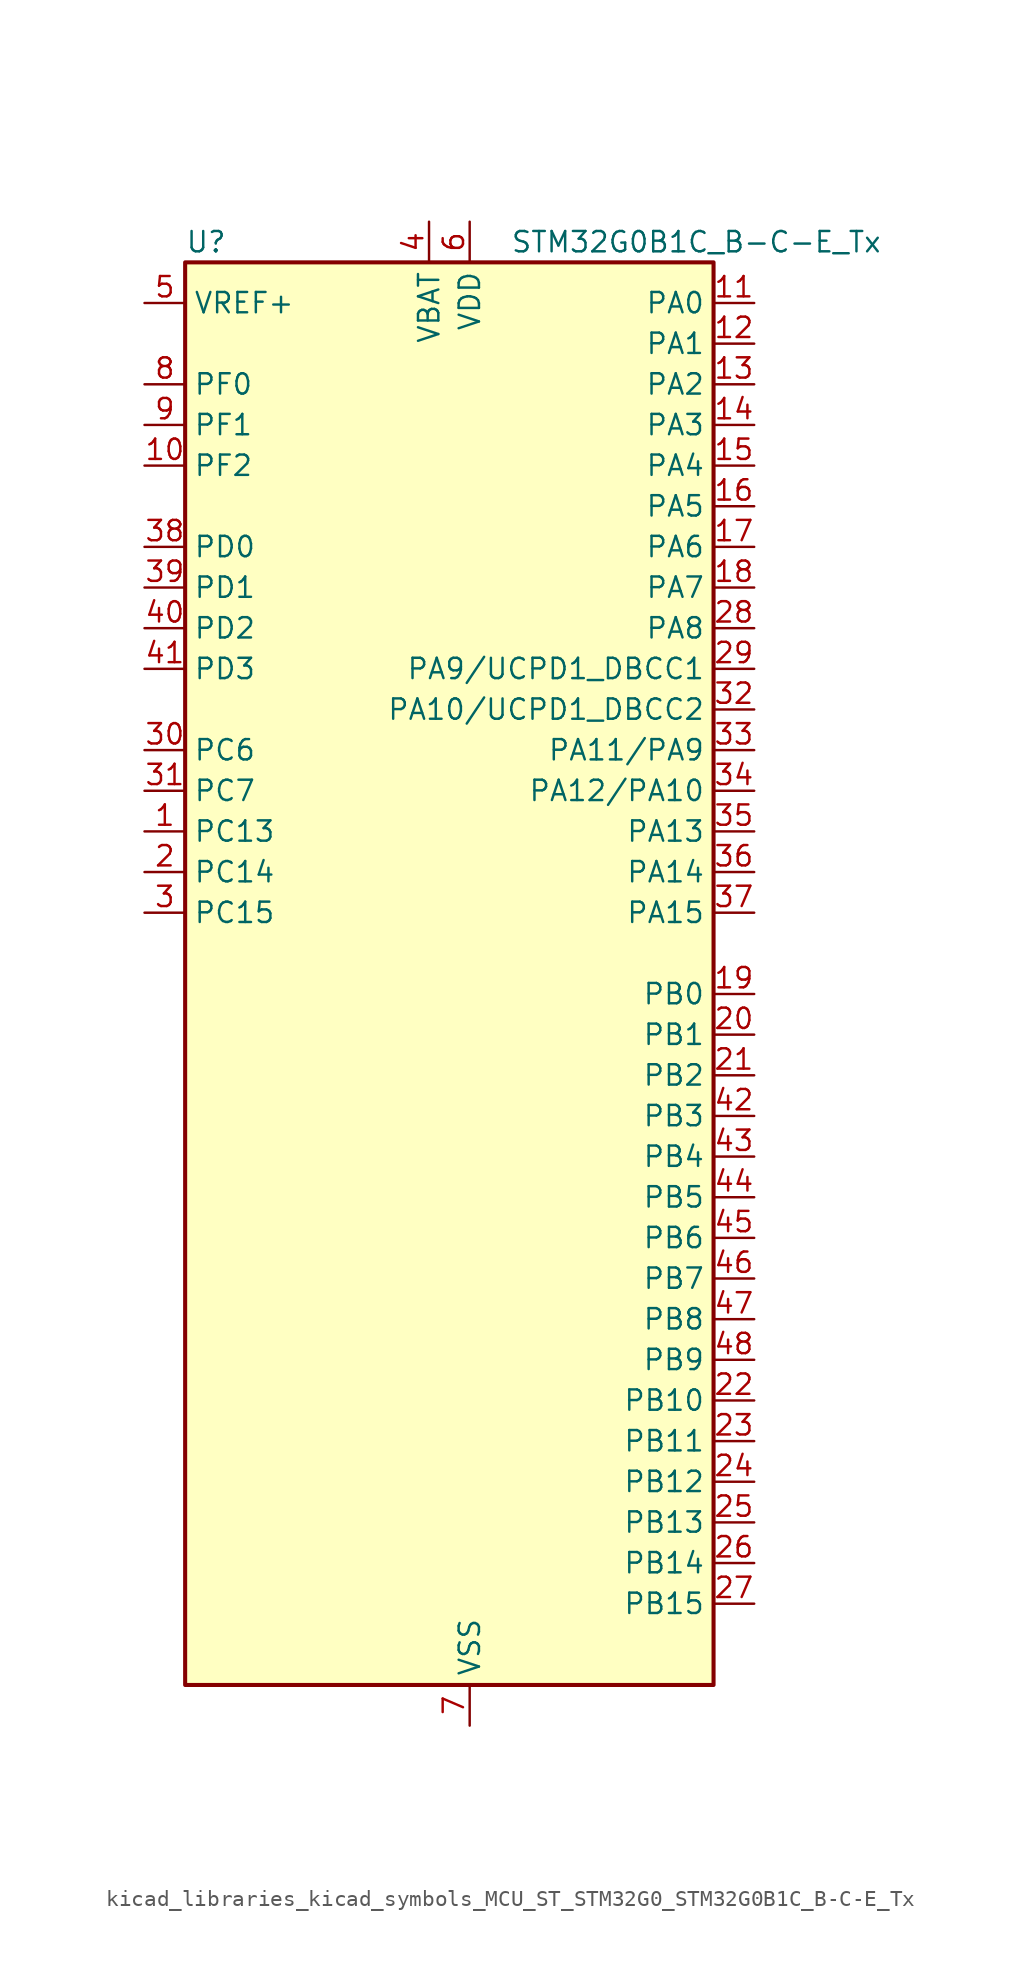
<source format=kicad_sym>
(kicad_symbol_lib
  (version 20220914)
  (generator kicad_symbol_editor)
  (symbol "kicad_libraries_kicad_symbols_MCU_ST_STM32G0_STM32G0B1C_B-C-E_Tx"
    (property "Reference" "U"
      (at -15.24 46.99 0)
      (effects (font (size 1.27 1.27)) (justify left)))
    (property "Value" "STM32G0B1C_B-C-E_Tx"
      (at 5.08 46.99 0)
      (effects (font (size 1.27 1.27)) (justify left)))
    (property "ki_locked" ""
      (at 0 0 0)
      (effects (font (size 1.27 1.27))))
    (symbol "kicad_libraries_kicad_symbols_MCU_ST_STM32G0_STM32G0B1C_B-C-E_Tx_0_1"
      (rectangle (start -15.24 -43.18) (end 17.78 45.72) (stroke (width 0.254) (type default)) (fill (type background))))
    (symbol "kicad_libraries_kicad_symbols_MCU_ST_STM32G0_STM32G0B1C_B-C-E_Tx_1_1"
      (pin bidirectional line (at -17.78 10.16 0) (length 2.54) (name "PC13" (effects (font (size 1.27 1.27)))) (number "1" (effects (font (size 1.27 1.27)))) (alternate "RTC_OUT1" bidirectional line) (alternate "RTC_TAMP_IN1" bidirectional line) (alternate "RTC_TS" bidirectional line) (alternate "SYS_WKUP2" bidirectional line) (alternate "TIM1_BK" bidirectional line))
      (pin bidirectional line (at -17.78 33.02 0) (length 2.54) (name "PF2" (effects (font (size 1.27 1.27)))) (number "10" (effects (font (size 1.27 1.27)))) (alternate "LPUART2_DE" bidirectional line) (alternate "LPUART2_RTS" bidirectional line) (alternate "LPUART2_TX" bidirectional line) (alternate "RCC_MCO" bidirectional line))
      (pin bidirectional line (at 20.32 43.18 180) (length 2.54) (name "PA0" (effects (font (size 1.27 1.27)))) (number "11" (effects (font (size 1.27 1.27)))) (alternate "ADC1_IN0" bidirectional line) (alternate "COMP1_INM" bidirectional line) (alternate "COMP1_OUT" bidirectional line) (alternate "I2S2_CK" bidirectional line) (alternate "LPTIM1_OUT" bidirectional line) (alternate "RTC_TAMP_IN2" bidirectional line) (alternate "SPI2_SCK" bidirectional line) (alternate "SYS_WKUP1" bidirectional line) (alternate "TIM2_CH1" bidirectional line) (alternate "TIM2_ETR" bidirectional line) (alternate "UCPD2_FRSTX1" bidirectional line) (alternate "UCPD2_FRSTX2" bidirectional line) (alternate "USART2_CTS" bidirectional line) (alternate "USART2_NSS" bidirectional line) (alternate "USART4_TX" bidirectional line))
      (pin bidirectional line (at 20.32 40.64 180) (length 2.54) (name "PA1" (effects (font (size 1.27 1.27)))) (number "12" (effects (font (size 1.27 1.27)))) (alternate "ADC1_IN1" bidirectional line) (alternate "COMP1_INP" bidirectional line) (alternate "I2C1_SMBA" bidirectional line) (alternate "I2S1_CK" bidirectional line) (alternate "SPI1_SCK" bidirectional line) (alternate "TIM15_CH1N" bidirectional line) (alternate "TIM2_CH2" bidirectional line) (alternate "USART2_CK" bidirectional line) (alternate "USART2_DE" bidirectional line) (alternate "USART2_RTS" bidirectional line) (alternate "USART4_RX" bidirectional line))
      (pin bidirectional line (at 20.32 38.1 180) (length 2.54) (name "PA2" (effects (font (size 1.27 1.27)))) (number "13" (effects (font (size 1.27 1.27)))) (alternate "ADC1_IN2" bidirectional line) (alternate "COMP2_INM" bidirectional line) (alternate "COMP2_OUT" bidirectional line) (alternate "I2S1_SD" bidirectional line) (alternate "LPUART1_TX" bidirectional line) (alternate "RCC_LSCO" bidirectional line) (alternate "SPI1_MOSI" bidirectional line) (alternate "SYS_WKUP4" bidirectional line) (alternate "TIM15_CH1" bidirectional line) (alternate "TIM2_CH3" bidirectional line) (alternate "UCPD1_FRSTX1" bidirectional line) (alternate "UCPD1_FRSTX2" bidirectional line) (alternate "USART2_TX" bidirectional line))
      (pin bidirectional line (at 20.32 35.56 180) (length 2.54) (name "PA3" (effects (font (size 1.27 1.27)))) (number "14" (effects (font (size 1.27 1.27)))) (alternate "ADC1_IN3" bidirectional line) (alternate "COMP2_INP" bidirectional line) (alternate "I2S2_MCK" bidirectional line) (alternate "LPUART1_RX" bidirectional line) (alternate "SPI2_MISO" bidirectional line) (alternate "TIM15_CH2" bidirectional line) (alternate "TIM2_CH4" bidirectional line) (alternate "UCPD2_FRSTX1" bidirectional line) (alternate "UCPD2_FRSTX2" bidirectional line) (alternate "USART2_RX" bidirectional line))
      (pin bidirectional line (at 20.32 33.02 180) (length 2.54) (name "PA4" (effects (font (size 1.27 1.27)))) (number "15" (effects (font (size 1.27 1.27)))) (alternate "ADC1_IN4" bidirectional line) (alternate "DAC1_OUT1" bidirectional line) (alternate "I2S1_WS" bidirectional line) (alternate "I2S2_SD" bidirectional line) (alternate "LPTIM2_OUT" bidirectional line) (alternate "RTC_OUT2" bidirectional line) (alternate "SPI1_NSS" bidirectional line) (alternate "SPI2_MOSI" bidirectional line) (alternate "SPI3_NSS" bidirectional line) (alternate "TIM14_CH1" bidirectional line) (alternate "UCPD2_FRSTX1" bidirectional line) (alternate "UCPD2_FRSTX2" bidirectional line) (alternate "USART6_TX" bidirectional line) (alternate "USB_NOE" bidirectional line))
      (pin bidirectional line (at 20.32 30.48 180) (length 2.54) (name "PA5" (effects (font (size 1.27 1.27)))) (number "16" (effects (font (size 1.27 1.27)))) (alternate "ADC1_IN5" bidirectional line) (alternate "CEC" bidirectional line) (alternate "DAC1_OUT2" bidirectional line) (alternate "I2S1_CK" bidirectional line) (alternate "LPTIM2_ETR" bidirectional line) (alternate "SPI1_SCK" bidirectional line) (alternate "TIM2_CH1" bidirectional line) (alternate "TIM2_ETR" bidirectional line) (alternate "UCPD1_FRSTX1" bidirectional line) (alternate "UCPD1_FRSTX2" bidirectional line) (alternate "USART3_TX" bidirectional line) (alternate "USART6_RX" bidirectional line))
      (pin bidirectional line (at 20.32 27.94 180) (length 2.54) (name "PA6" (effects (font (size 1.27 1.27)))) (number "17" (effects (font (size 1.27 1.27)))) (alternate "ADC1_IN6" bidirectional line) (alternate "COMP1_OUT" bidirectional line) (alternate "I2C2_SDA" bidirectional line) (alternate "I2C3_SDA" bidirectional line) (alternate "I2S1_MCK" bidirectional line) (alternate "LPUART1_CTS" bidirectional line) (alternate "SPI1_MISO" bidirectional line) (alternate "TIM16_CH1" bidirectional line) (alternate "TIM1_BK" bidirectional line) (alternate "TIM3_CH1" bidirectional line) (alternate "USART3_CTS" bidirectional line) (alternate "USART3_NSS" bidirectional line) (alternate "USART6_CTS" bidirectional line) (alternate "USART6_NSS" bidirectional line))
      (pin bidirectional line (at 20.32 25.4 180) (length 2.54) (name "PA7" (effects (font (size 1.27 1.27)))) (number "18" (effects (font (size 1.27 1.27)))) (alternate "ADC1_IN7" bidirectional line) (alternate "COMP2_OUT" bidirectional line) (alternate "I2C2_SCL" bidirectional line) (alternate "I2C3_SCL" bidirectional line) (alternate "I2S1_SD" bidirectional line) (alternate "SPI1_MOSI" bidirectional line) (alternate "TIM14_CH1" bidirectional line) (alternate "TIM17_CH1" bidirectional line) (alternate "TIM1_CH1N" bidirectional line) (alternate "TIM3_CH2" bidirectional line) (alternate "UCPD1_FRSTX1" bidirectional line) (alternate "UCPD1_FRSTX2" bidirectional line) (alternate "USART6_CK" bidirectional line) (alternate "USART6_DE" bidirectional line) (alternate "USART6_RTS" bidirectional line))
      (pin bidirectional line (at 20.32 0 180) (length 2.54) (name "PB0" (effects (font (size 1.27 1.27)))) (number "19" (effects (font (size 1.27 1.27)))) (alternate "ADC1_IN8" bidirectional line) (alternate "COMP1_OUT" bidirectional line) (alternate "COMP3_INP" bidirectional line) (alternate "FDCAN2_RX" bidirectional line) (alternate "I2S1_WS" bidirectional line) (alternate "LPTIM1_OUT" bidirectional line) (alternate "LPUART2_CTS" bidirectional line) (alternate "SPI1_NSS" bidirectional line) (alternate "TIM1_CH2N" bidirectional line) (alternate "TIM3_CH3" bidirectional line) (alternate "UCPD1_FRSTX1" bidirectional line) (alternate "UCPD1_FRSTX2" bidirectional line) (alternate "USART3_RX" bidirectional line) (alternate "USART5_TX" bidirectional line))
      (pin bidirectional line (at -17.78 7.62 0) (length 2.54) (name "PC14" (effects (font (size 1.27 1.27)))) (number "2" (effects (font (size 1.27 1.27)))) (alternate "RCC_OSC32_IN" bidirectional line) (alternate "TIM1_BK2" bidirectional line))
      (pin bidirectional line (at 20.32 -2.54 180) (length 2.54) (name "PB1" (effects (font (size 1.27 1.27)))) (number "20" (effects (font (size 1.27 1.27)))) (alternate "ADC1_IN9" bidirectional line) (alternate "COMP1_INM" bidirectional line) (alternate "COMP3_OUT" bidirectional line) (alternate "FDCAN2_TX" bidirectional line) (alternate "LPTIM2_IN1" bidirectional line) (alternate "LPUART1_DE" bidirectional line) (alternate "LPUART1_RTS" bidirectional line) (alternate "LPUART2_DE" bidirectional line) (alternate "LPUART2_RTS" bidirectional line) (alternate "TIM14_CH1" bidirectional line) (alternate "TIM1_CH3N" bidirectional line) (alternate "TIM3_CH4" bidirectional line) (alternate "USART3_CK" bidirectional line) (alternate "USART3_DE" bidirectional line) (alternate "USART3_RTS" bidirectional line) (alternate "USART5_RX" bidirectional line))
      (pin bidirectional line (at 20.32 -5.08 180) (length 2.54) (name "PB2" (effects (font (size 1.27 1.27)))) (number "21" (effects (font (size 1.27 1.27)))) (alternate "ADC1_IN10" bidirectional line) (alternate "COMP1_INP" bidirectional line) (alternate "COMP3_INM" bidirectional line) (alternate "I2S2_MCK" bidirectional line) (alternate "LPTIM1_OUT" bidirectional line) (alternate "RCC_MCO_2" bidirectional line) (alternate "SPI2_MISO" bidirectional line) (alternate "USART3_TX" bidirectional line))
      (pin bidirectional line (at 20.32 -25.4 180) (length 2.54) (name "PB10" (effects (font (size 1.27 1.27)))) (number "22" (effects (font (size 1.27 1.27)))) (alternate "ADC1_IN11" bidirectional line) (alternate "CEC" bidirectional line) (alternate "COMP1_OUT" bidirectional line) (alternate "I2C2_SCL" bidirectional line) (alternate "I2S2_CK" bidirectional line) (alternate "LPUART1_RX" bidirectional line) (alternate "SPI2_SCK" bidirectional line) (alternate "TIM2_CH3" bidirectional line) (alternate "USART3_TX" bidirectional line))
      (pin bidirectional line (at 20.32 -27.94 180) (length 2.54) (name "PB11" (effects (font (size 1.27 1.27)))) (number "23" (effects (font (size 1.27 1.27)))) (alternate "ADC1_EXTI11" bidirectional line) (alternate "ADC1_IN15" bidirectional line) (alternate "COMP2_OUT" bidirectional line) (alternate "I2C2_SDA" bidirectional line) (alternate "I2S2_SD" bidirectional line) (alternate "LPUART1_TX" bidirectional line) (alternate "SPI2_MOSI" bidirectional line) (alternate "TIM2_CH4" bidirectional line) (alternate "USART3_RX" bidirectional line))
      (pin bidirectional line (at 20.32 -30.48 180) (length 2.54) (name "PB12" (effects (font (size 1.27 1.27)))) (number "24" (effects (font (size 1.27 1.27)))) (alternate "ADC1_IN16" bidirectional line) (alternate "FDCAN2_RX" bidirectional line) (alternate "I2C2_SMBA" bidirectional line) (alternate "I2S2_WS" bidirectional line) (alternate "LPUART1_DE" bidirectional line) (alternate "LPUART1_RTS" bidirectional line) (alternate "SPI2_NSS" bidirectional line) (alternate "TIM15_BK" bidirectional line) (alternate "TIM1_BK" bidirectional line) (alternate "UCPD2_FRSTX1" bidirectional line) (alternate "UCPD2_FRSTX2" bidirectional line))
      (pin bidirectional line (at 20.32 -33.02 180) (length 2.54) (name "PB13" (effects (font (size 1.27 1.27)))) (number "25" (effects (font (size 1.27 1.27)))) (alternate "FDCAN2_TX" bidirectional line) (alternate "I2C2_SCL" bidirectional line) (alternate "I2S2_CK" bidirectional line) (alternate "LPUART1_CTS" bidirectional line) (alternate "SPI2_SCK" bidirectional line) (alternate "TIM15_CH1N" bidirectional line) (alternate "TIM1_CH1N" bidirectional line) (alternate "USART3_CTS" bidirectional line) (alternate "USART3_NSS" bidirectional line))
      (pin bidirectional line (at 20.32 -35.56 180) (length 2.54) (name "PB14" (effects (font (size 1.27 1.27)))) (number "26" (effects (font (size 1.27 1.27)))) (alternate "I2C2_SDA" bidirectional line) (alternate "I2S2_MCK" bidirectional line) (alternate "SPI2_MISO" bidirectional line) (alternate "TIM15_CH1" bidirectional line) (alternate "TIM1_CH2N" bidirectional line) (alternate "UCPD1_FRSTX1" bidirectional line) (alternate "UCPD1_FRSTX2" bidirectional line) (alternate "USART3_CK" bidirectional line) (alternate "USART3_DE" bidirectional line) (alternate "USART3_RTS" bidirectional line) (alternate "USART6_CK" bidirectional line) (alternate "USART6_DE" bidirectional line) (alternate "USART6_RTS" bidirectional line))
      (pin bidirectional line (at 20.32 -38.1 180) (length 2.54) (name "PB15" (effects (font (size 1.27 1.27)))) (number "27" (effects (font (size 1.27 1.27)))) (alternate "I2S2_SD" bidirectional line) (alternate "RTC_REFIN" bidirectional line) (alternate "SPI2_MOSI" bidirectional line) (alternate "TIM15_CH1N" bidirectional line) (alternate "TIM15_CH2" bidirectional line) (alternate "TIM1_CH3N" bidirectional line) (alternate "UCPD1_CC2" bidirectional line) (alternate "USART6_CTS" bidirectional line) (alternate "USART6_NSS" bidirectional line))
      (pin bidirectional line (at 20.32 22.86 180) (length 2.54) (name "PA8" (effects (font (size 1.27 1.27)))) (number "28" (effects (font (size 1.27 1.27)))) (alternate "CRS1_SYNC" bidirectional line) (alternate "I2C2_SMBA" bidirectional line) (alternate "I2S2_WS" bidirectional line) (alternate "LPTIM2_OUT" bidirectional line) (alternate "RCC_MCO" bidirectional line) (alternate "SPI2_NSS" bidirectional line) (alternate "TIM1_CH1" bidirectional line) (alternate "UCPD1_CC1" bidirectional line))
      (pin bidirectional line (at 20.32 20.32 180) (length 2.54) (name "PA9/UCPD1_DBCC1" (effects (font (size 1.27 1.27)))) (number "29" (effects (font (size 1.27 1.27)))) (alternate "DAC1_EXTI9" bidirectional line) (alternate "I2C1_SCL" bidirectional line) (alternate "I2C2_SCL" bidirectional line) (alternate "I2S2_MCK" bidirectional line) (alternate "RCC_MCO" bidirectional line) (alternate "SPI2_MISO" bidirectional line) (alternate "TIM15_BK" bidirectional line) (alternate "TIM1_CH2" bidirectional line) (alternate "UCPD1_DBCC1" bidirectional line) (alternate "USART1_TX" bidirectional line))
      (pin bidirectional line (at -17.78 5.08 0) (length 2.54) (name "PC15" (effects (font (size 1.27 1.27)))) (number "3" (effects (font (size 1.27 1.27)))) (alternate "RCC_OSC32_EN" bidirectional line) (alternate "RCC_OSC32_OUT" bidirectional line) (alternate "RCC_OSC_EN" bidirectional line) (alternate "TIM15_BK" bidirectional line))
      (pin bidirectional line (at -17.78 15.24 0) (length 2.54) (name "PC6" (effects (font (size 1.27 1.27)))) (number "30" (effects (font (size 1.27 1.27)))) (alternate "LPUART2_TX" bidirectional line) (alternate "TIM2_CH3" bidirectional line) (alternate "TIM3_CH1" bidirectional line) (alternate "UCPD1_FRSTX1" bidirectional line) (alternate "UCPD1_FRSTX2" bidirectional line))
      (pin bidirectional line (at -17.78 12.7 0) (length 2.54) (name "PC7" (effects (font (size 1.27 1.27)))) (number "31" (effects (font (size 1.27 1.27)))) (alternate "LPUART2_RX" bidirectional line) (alternate "TIM2_CH4" bidirectional line) (alternate "TIM3_CH2" bidirectional line) (alternate "UCPD2_FRSTX1" bidirectional line) (alternate "UCPD2_FRSTX2" bidirectional line))
      (pin bidirectional line (at 20.32 17.78 180) (length 2.54) (name "PA10/UCPD1_DBCC2" (effects (font (size 1.27 1.27)))) (number "32" (effects (font (size 1.27 1.27)))) (alternate "I2C1_SDA" bidirectional line) (alternate "I2C2_SDA" bidirectional line) (alternate "I2S2_SD" bidirectional line) (alternate "RCC_MCO_2" bidirectional line) (alternate "SPI2_MOSI" bidirectional line) (alternate "TIM17_BK" bidirectional line) (alternate "TIM1_CH3" bidirectional line) (alternate "UCPD1_DBCC2" bidirectional line) (alternate "USART1_RX" bidirectional line))
      (pin bidirectional line (at 20.32 15.24 180) (length 2.54) (name "PA11/PA9" (effects (font (size 1.27 1.27)))) (number "33" (effects (font (size 1.27 1.27)))) (alternate "ADC1_EXTI11" bidirectional line) (alternate "COMP1_OUT" bidirectional line) (alternate "FDCAN1_RX" bidirectional line) (alternate "I2C2_SCL" bidirectional line) (alternate "I2S1_MCK" bidirectional line) (alternate "SPI1_MISO" bidirectional line) (alternate "TIM1_BK2" bidirectional line) (alternate "TIM1_CH4" bidirectional line) (alternate "USART1_CTS" bidirectional line) (alternate "USART1_NSS" bidirectional line) (alternate "USB_DM" bidirectional line))
      (pin bidirectional line (at 20.32 12.7 180) (length 2.54) (name "PA12/PA10" (effects (font (size 1.27 1.27)))) (number "34" (effects (font (size 1.27 1.27)))) (alternate "COMP2_OUT" bidirectional line) (alternate "FDCAN1_TX" bidirectional line) (alternate "I2C2_SDA" bidirectional line) (alternate "I2S1_SD" bidirectional line) (alternate "I2S_CKIN" bidirectional line) (alternate "SPI1_MOSI" bidirectional line) (alternate "TIM1_ETR" bidirectional line) (alternate "USART1_CK" bidirectional line) (alternate "USART1_DE" bidirectional line) (alternate "USART1_RTS" bidirectional line) (alternate "USB_DP" bidirectional line))
      (pin bidirectional line (at 20.32 10.16 180) (length 2.54) (name "PA13" (effects (font (size 1.27 1.27)))) (number "35" (effects (font (size 1.27 1.27)))) (alternate "IR_OUT" bidirectional line) (alternate "LPUART2_RX" bidirectional line) (alternate "SYS_SWDIO" bidirectional line) (alternate "USB_NOE" bidirectional line))
      (pin bidirectional line (at 20.32 7.62 180) (length 2.54) (name "PA14" (effects (font (size 1.27 1.27)))) (number "36" (effects (font (size 1.27 1.27)))) (alternate "LPUART2_TX" bidirectional line) (alternate "SYS_SWCLK" bidirectional line) (alternate "USART2_TX" bidirectional line))
      (pin bidirectional line (at 20.32 5.08 180) (length 2.54) (name "PA15" (effects (font (size 1.27 1.27)))) (number "37" (effects (font (size 1.27 1.27)))) (alternate "I2C2_SMBA" bidirectional line) (alternate "I2S1_WS" bidirectional line) (alternate "RCC_MCO_2" bidirectional line) (alternate "SPI1_NSS" bidirectional line) (alternate "SPI3_NSS" bidirectional line) (alternate "TIM2_CH1" bidirectional line) (alternate "TIM2_ETR" bidirectional line) (alternate "USART2_RX" bidirectional line) (alternate "USART3_CK" bidirectional line) (alternate "USART3_DE" bidirectional line) (alternate "USART3_RTS" bidirectional line) (alternate "USART4_CK" bidirectional line) (alternate "USART4_DE" bidirectional line) (alternate "USART4_RTS" bidirectional line) (alternate "USB_NOE" bidirectional line))
      (pin bidirectional line (at -17.78 27.94 0) (length 2.54) (name "PD0" (effects (font (size 1.27 1.27)))) (number "38" (effects (font (size 1.27 1.27)))) (alternate "FDCAN1_RX" bidirectional line) (alternate "I2S2_WS" bidirectional line) (alternate "SPI2_NSS" bidirectional line) (alternate "TIM16_CH1" bidirectional line) (alternate "UCPD2_CC1" bidirectional line))
      (pin bidirectional line (at -17.78 25.4 0) (length 2.54) (name "PD1" (effects (font (size 1.27 1.27)))) (number "39" (effects (font (size 1.27 1.27)))) (alternate "FDCAN1_TX" bidirectional line) (alternate "I2S2_CK" bidirectional line) (alternate "SPI2_SCK" bidirectional line) (alternate "TIM17_CH1" bidirectional line) (alternate "UCPD2_DBCC1" bidirectional line))
      (pin power_in line (at 0 48.26 270) (length 2.54) (name "VBAT" (effects (font (size 1.27 1.27)))) (number "4" (effects (font (size 1.27 1.27)))))
      (pin bidirectional line (at -17.78 22.86 0) (length 2.54) (name "PD2" (effects (font (size 1.27 1.27)))) (number "40" (effects (font (size 1.27 1.27)))) (alternate "TIM1_CH1N" bidirectional line) (alternate "TIM3_ETR" bidirectional line) (alternate "UCPD2_CC2" bidirectional line) (alternate "USART3_CK" bidirectional line) (alternate "USART3_DE" bidirectional line) (alternate "USART3_RTS" bidirectional line) (alternate "USART5_RX" bidirectional line))
      (pin bidirectional line (at -17.78 20.32 0) (length 2.54) (name "PD3" (effects (font (size 1.27 1.27)))) (number "41" (effects (font (size 1.27 1.27)))) (alternate "I2S2_MCK" bidirectional line) (alternate "SPI2_MISO" bidirectional line) (alternate "TIM1_CH2N" bidirectional line) (alternate "UCPD2_DBCC2" bidirectional line) (alternate "USART2_CTS" bidirectional line) (alternate "USART2_NSS" bidirectional line) (alternate "USART5_TX" bidirectional line))
      (pin bidirectional line (at 20.32 -7.62 180) (length 2.54) (name "PB3" (effects (font (size 1.27 1.27)))) (number "42" (effects (font (size 1.27 1.27)))) (alternate "COMP2_INM" bidirectional line) (alternate "I2C2_SCL" bidirectional line) (alternate "I2C3_SCL" bidirectional line) (alternate "I2S1_CK" bidirectional line) (alternate "SPI1_SCK" bidirectional line) (alternate "SPI3_SCK" bidirectional line) (alternate "TIM1_CH2" bidirectional line) (alternate "TIM2_CH2" bidirectional line) (alternate "USART1_CK" bidirectional line) (alternate "USART1_DE" bidirectional line) (alternate "USART1_RTS" bidirectional line) (alternate "USART5_TX" bidirectional line))
      (pin bidirectional line (at 20.32 -10.16 180) (length 2.54) (name "PB4" (effects (font (size 1.27 1.27)))) (number "43" (effects (font (size 1.27 1.27)))) (alternate "COMP2_INP" bidirectional line) (alternate "I2C2_SDA" bidirectional line) (alternate "I2C3_SDA" bidirectional line) (alternate "I2S1_MCK" bidirectional line) (alternate "SPI1_MISO" bidirectional line) (alternate "SPI3_MISO" bidirectional line) (alternate "TIM17_BK" bidirectional line) (alternate "TIM3_CH1" bidirectional line) (alternate "USART1_CTS" bidirectional line) (alternate "USART1_NSS" bidirectional line) (alternate "USART5_RX" bidirectional line))
      (pin bidirectional line (at 20.32 -12.7 180) (length 2.54) (name "PB5" (effects (font (size 1.27 1.27)))) (number "44" (effects (font (size 1.27 1.27)))) (alternate "COMP2_OUT" bidirectional line) (alternate "FDCAN2_RX" bidirectional line) (alternate "I2C1_SMBA" bidirectional line) (alternate "I2S1_SD" bidirectional line) (alternate "LPTIM1_IN1" bidirectional line) (alternate "SPI1_MOSI" bidirectional line) (alternate "SPI3_MOSI" bidirectional line) (alternate "SYS_WKUP6" bidirectional line) (alternate "TIM16_BK" bidirectional line) (alternate "TIM3_CH2" bidirectional line) (alternate "USART5_CK" bidirectional line) (alternate "USART5_DE" bidirectional line) (alternate "USART5_RTS" bidirectional line))
      (pin bidirectional line (at 20.32 -15.24 180) (length 2.54) (name "PB6" (effects (font (size 1.27 1.27)))) (number "45" (effects (font (size 1.27 1.27)))) (alternate "COMP2_INP" bidirectional line) (alternate "FDCAN2_TX" bidirectional line) (alternate "I2C1_SCL" bidirectional line) (alternate "I2S2_MCK" bidirectional line) (alternate "LPTIM1_ETR" bidirectional line) (alternate "LPUART2_TX" bidirectional line) (alternate "SPI2_MISO" bidirectional line) (alternate "TIM16_CH1N" bidirectional line) (alternate "TIM1_CH3" bidirectional line) (alternate "TIM4_CH1" bidirectional line) (alternate "USART1_TX" bidirectional line) (alternate "USART5_CTS" bidirectional line) (alternate "USART5_NSS" bidirectional line))
      (pin bidirectional line (at 20.32 -17.78 180) (length 2.54) (name "PB7" (effects (font (size 1.27 1.27)))) (number "46" (effects (font (size 1.27 1.27)))) (alternate "COMP2_INM" bidirectional line) (alternate "I2C1_SDA" bidirectional line) (alternate "I2S2_SD" bidirectional line) (alternate "LPTIM1_IN2" bidirectional line) (alternate "LPUART2_RX" bidirectional line) (alternate "SPI2_MOSI" bidirectional line) (alternate "SYS_PVD_IN" bidirectional line) (alternate "TIM17_CH1N" bidirectional line) (alternate "TIM4_CH2" bidirectional line) (alternate "USART1_RX" bidirectional line) (alternate "USART4_CTS" bidirectional line) (alternate "USART4_NSS" bidirectional line))
      (pin bidirectional line (at 20.32 -20.32 180) (length 2.54) (name "PB8" (effects (font (size 1.27 1.27)))) (number "47" (effects (font (size 1.27 1.27)))) (alternate "CEC" bidirectional line) (alternate "FDCAN1_RX" bidirectional line) (alternate "I2C1_SCL" bidirectional line) (alternate "I2S2_CK" bidirectional line) (alternate "SPI2_SCK" bidirectional line) (alternate "TIM15_BK" bidirectional line) (alternate "TIM16_CH1" bidirectional line) (alternate "TIM4_CH3" bidirectional line) (alternate "USART3_TX" bidirectional line) (alternate "USART6_TX" bidirectional line))
      (pin bidirectional line (at 20.32 -22.86 180) (length 2.54) (name "PB9" (effects (font (size 1.27 1.27)))) (number "48" (effects (font (size 1.27 1.27)))) (alternate "DAC1_EXTI9" bidirectional line) (alternate "FDCAN1_TX" bidirectional line) (alternate "I2C1_SDA" bidirectional line) (alternate "I2S2_WS" bidirectional line) (alternate "IR_OUT" bidirectional line) (alternate "SPI2_NSS" bidirectional line) (alternate "TIM17_CH1" bidirectional line) (alternate "TIM4_CH4" bidirectional line) (alternate "UCPD2_FRSTX1" bidirectional line) (alternate "UCPD2_FRSTX2" bidirectional line) (alternate "USART3_RX" bidirectional line) (alternate "USART6_RX" bidirectional line))
      (pin input line (at -17.78 43.18 0) (length 2.54) (name "VREF+" (effects (font (size 1.27 1.27)))) (number "5" (effects (font (size 1.27 1.27)))) (alternate "VREFBUF_OUT" bidirectional line))
      (pin power_in line (at 2.54 48.26 270) (length 2.54) (name "VDD" (effects (font (size 1.27 1.27)))) (number "6" (effects (font (size 1.27 1.27)))))
      (pin power_in line (at 2.54 -45.72 90) (length 2.54) (name "VSS" (effects (font (size 1.27 1.27)))) (number "7" (effects (font (size 1.27 1.27)))))
      (pin bidirectional line (at -17.78 38.1 0) (length 2.54) (name "PF0" (effects (font (size 1.27 1.27)))) (number "8" (effects (font (size 1.27 1.27)))) (alternate "CRS1_SYNC" bidirectional line) (alternate "RCC_OSC_IN" bidirectional line) (alternate "TIM14_CH1" bidirectional line))
      (pin bidirectional line (at -17.78 35.56 0) (length 2.54) (name "PF1" (effects (font (size 1.27 1.27)))) (number "9" (effects (font (size 1.27 1.27)))) (alternate "RCC_OSC_EN" bidirectional line) (alternate "RCC_OSC_OUT" bidirectional line) (alternate "TIM15_CH1N" bidirectional line)))))
</source>
